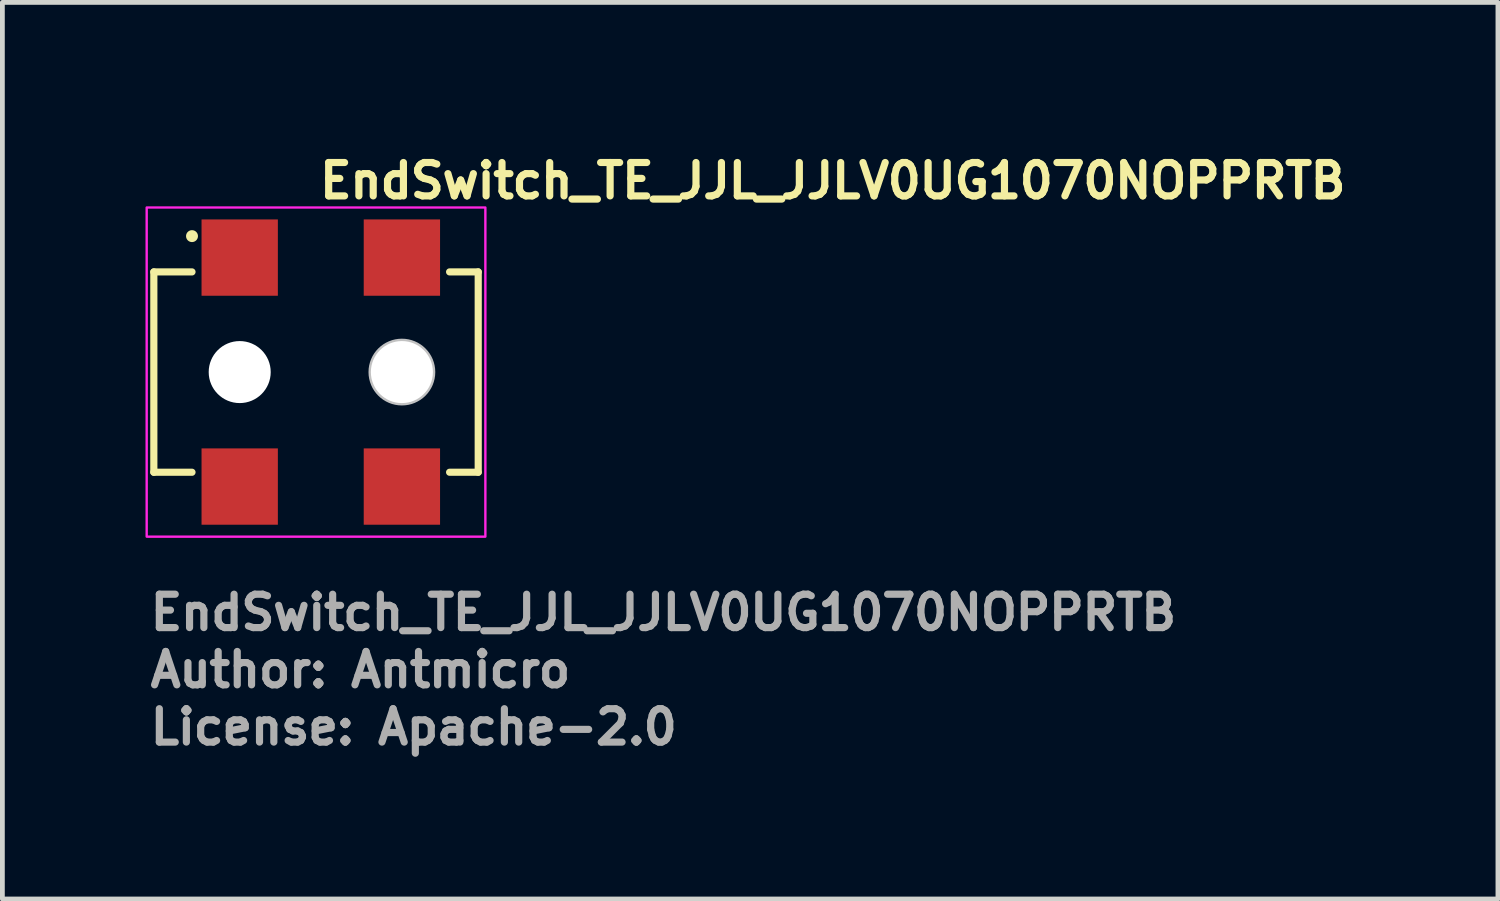
<source format=kicad_pcb>
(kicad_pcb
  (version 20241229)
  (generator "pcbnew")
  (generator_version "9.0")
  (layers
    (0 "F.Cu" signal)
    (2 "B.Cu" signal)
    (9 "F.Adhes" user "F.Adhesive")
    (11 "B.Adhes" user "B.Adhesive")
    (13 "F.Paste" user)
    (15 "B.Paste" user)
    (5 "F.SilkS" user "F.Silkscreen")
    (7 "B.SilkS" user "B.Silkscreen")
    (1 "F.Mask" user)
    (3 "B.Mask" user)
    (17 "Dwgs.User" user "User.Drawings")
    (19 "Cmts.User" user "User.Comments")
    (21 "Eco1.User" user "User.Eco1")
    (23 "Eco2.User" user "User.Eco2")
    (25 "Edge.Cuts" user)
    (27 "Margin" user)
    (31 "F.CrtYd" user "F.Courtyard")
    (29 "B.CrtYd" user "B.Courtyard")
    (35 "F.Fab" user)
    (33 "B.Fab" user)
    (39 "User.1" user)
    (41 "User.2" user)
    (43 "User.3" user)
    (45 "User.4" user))
  (footprint "EndSwitch_TE_JJL_JJLV0UG1070NOPPRTB"
    (layer "F.Cu")
    (at 3.575 4.75)
    (property "Reference" "EndSwitch_TE_JJL_JJLV0UG1070NOPPRTB" (at 0 -3.6 0) (layer "F.SilkS") (effects (font (size 0.7 0.7) (thickness 0.15)) (justify left bottom)))
    (attr smd)
    (fp_line (start -3.4 -2.1) (end -3.4 2.1) (stroke (width 0.15) (type solid)) (layer "F.SilkS"))
    (fp_line (start -3.4 2.1) (end -2.6 2.1) (stroke (width 0.15) (type solid)) (layer "F.SilkS"))
    (fp_line (start -2.6 -2.1) (end -3.4 -2.1) (stroke (width 0.15) (type solid)) (layer "F.SilkS"))
    (fp_line (start 2.8 2.1) (end 3.4 2.1) (stroke (width 0.15) (type solid)) (layer "F.SilkS"))
    (fp_line (start 3.4 -2.1) (end 2.8 -2.1) (stroke (width 0.15) (type solid)) (layer "F.SilkS"))
    (fp_line (start 3.4 2.1) (end 3.4 -2.1) (stroke (width 0.15) (type solid)) (layer "F.SilkS"))
    (fp_circle (center -2.6 -2.85) (end -2.55 -2.85) (stroke (width 0.15) (type solid)) (fill yes) (layer "F.SilkS"))
    (fp_circle (center 1.8 0) (end 2.4 0) (stroke (width 0.2) (type solid)) (fill no) (layer "Dwgs.User"))
    (fp_rect (start -3.55 -3.45) (end 3.55 3.45) (stroke (width 0.05) (type solid)) (fill no) (layer "F.CrtYd"))
    (fp_rect (start 3.3 2.58) (end -3.3 -2.58) (stroke (width 0.1) (type solid)) (fill no) (layer "User.5"))
    (fp_line (start -3.3 1.95) (end -3.3 -1.95) (stroke (width 0.02) (type solid)) (layer "User.9"))
    (fp_line (start -1.95 -2.58) (end -1.25 -2.58) (stroke (width 0.02) (type solid)) (layer "User.9"))
    (fp_line (start -1.95 -1.95) (end -1.95 -2.58) (stroke (width 0.02) (type solid)) (layer "User.9"))
    (fp_line (start -1.95 2.58) (end -1.95 1.95) (stroke (width 0.02) (type solid)) (layer "User.9"))
    (fp_line (start -1.95 2.58) (end -1.25 2.58) (stroke (width 0.02) (type solid)) (layer "User.9"))
    (fp_line (start -1.25 -1.95) (end -1.25 -2.58) (stroke (width 0.02) (type solid)) (layer "User.9"))
    (fp_line (start -1.25 2.58) (end -1.25 1.95) (stroke (width 0.02) (type solid)) (layer "User.9"))
    (fp_line (start -0.55 -1.95) (end -3.3 -1.95) (stroke (width 0.02) (type solid)) (layer "User.9"))
    (fp_line (start -0.55 -1.95) (end -0.55 -1.55) (stroke (width 0.02) (type solid)) (layer "User.9"))
    (fp_line (start -0.55 -1.55) (end -0.55 -1.95) (stroke (width 0.02) (type solid)) (layer "User.9"))
    (fp_line (start -0.55 1.55) (end -0.55 1.95) (stroke (width 0.02) (type solid)) (layer "User.9"))
    (fp_line (start -0.55 1.95) (end -3.3 1.95) (stroke (width 0.02) (type solid)) (layer "User.9"))
    (fp_line (start -0.55 1.95) (end -0.55 1.55) (stroke (width 0.02) (type solid)) (layer "User.9"))
    (fp_line (start -0.48 -1.8) (end -0.48 -1.55) (stroke (width 0.02) (type solid)) (layer "User.9"))
    (fp_line (start -0.48 1.8) (end -0.48 1.55) (stroke (width 0.02) (type solid)) (layer "User.9"))
    (fp_line (start 0.48 -1.8) (end -0.48 -1.8) (stroke (width 0.02) (type solid)) (layer "User.9"))
    (fp_line (start 0.48 -1.8) (end 0.48 -1.55) (stroke (width 0.02) (type solid)) (layer "User.9"))
    (fp_line (start 0.48 1.8) (end -0.48 1.8) (stroke (width 0.02) (type solid)) (layer "User.9"))
    (fp_line (start 0.48 1.8) (end 0.48 1.55) (stroke (width 0.02) (type solid)) (layer "User.9"))
    (fp_line (start 0.55 -1.95) (end -0.55 -1.95) (stroke (width 0.02) (type solid)) (layer "User.9"))
    (fp_line (start 0.55 -1.95) (end 0.55 -1.55) (stroke (width 0.02) (type solid)) (layer "User.9"))
    (fp_line (start 0.55 -1.55) (end -0.55 -1.55) (stroke (width 0.02) (type solid)) (layer "User.9"))
    (fp_line (start 0.55 -1.55) (end 0.55 -1.95) (stroke (width 0.02) (type solid)) (layer "User.9"))
    (fp_line (start 0.55 1.55) (end -0.55 1.55) (stroke (width 0.02) (type solid)) (layer "User.9"))
    (fp_line (start 0.55 1.55) (end 0.55 1.95) (stroke (width 0.02) (type solid)) (layer "User.9"))
    (fp_line (start 0.55 1.95) (end -0.55 1.95) (stroke (width 0.02) (type solid)) (layer "User.9"))
    (fp_line (start 0.55 1.95) (end 0.55 1.55) (stroke (width 0.02) (type solid)) (layer "User.9"))
    (fp_line (start 0.7 -0.022) (end 0.702 -0.074) (stroke (width 0.02) (type solid)) (layer "User.9"))
    (fp_line (start 0.7 0.029) (end 0.7 -0.022) (stroke (width 0.02) (type solid)) (layer "User.9"))
    (fp_line (start 0.701 -0.041) (end 0.7 0.012) (stroke (width 0.02) (type solid)) (layer "User.9"))
    (fp_line (start 0.702 -0.074) (end 0.707 -0.126) (stroke (width 0.02) (type solid)) (layer "User.9"))
    (fp_line (start 0.703 0.08) (end 0.7 0.029) (stroke (width 0.02) (type solid)) (layer "User.9"))
    (fp_line (start 0.704 -0.095) (end 0.701 -0.041) (stroke (width 0.02) (type solid)) (layer "User.9"))
    (fp_line (start 0.707 -0.126) (end 0.707 -0.126) (stroke (width 0.02) (type solid)) (layer "User.9"))
    (fp_line (start 0.707 -0.126) (end 0.714 -0.177) (stroke (width 0.02) (type solid)) (layer "User.9"))
    (fp_line (start 0.708 0.13) (end 0.703 0.08) (stroke (width 0.02) (type solid)) (layer "User.9"))
    (fp_line (start 0.71 -0.147) (end 0.704 -0.095) (stroke (width 0.02) (type solid)) (layer "User.9"))
    (fp_line (start 0.714 -0.177) (end 0.724 -0.228) (stroke (width 0.02) (type solid)) (layer "User.9"))
    (fp_line (start 0.715 0.18) (end 0.708 0.13) (stroke (width 0.02) (type solid)) (layer "User.9"))
    (fp_line (start 0.718 -0.199) (end 0.71 -0.147) (stroke (width 0.02) (type solid)) (layer "User.9"))
    (fp_line (start 0.724 -0.228) (end 0.736 -0.278) (stroke (width 0.02) (type solid)) (layer "User.9"))
    (fp_line (start 0.724 0.229) (end 0.715 0.18) (stroke (width 0.02) (type solid)) (layer "User.9"))
    (fp_line (start 0.729 -0.25) (end 0.718 -0.199) (stroke (width 0.02) (type solid)) (layer "User.9"))
    (fp_line (start 0.735 0.278) (end 0.724 0.229) (stroke (width 0.02) (type solid)) (layer "User.9"))
    (fp_line (start 0.736 -0.278) (end 0.75 -0.327) (stroke (width 0.02) (type solid)) (layer "User.9"))
    (fp_line (start 0.741 -0.3) (end 0.729 -0.25) (stroke (width 0.02) (type solid)) (layer "User.9"))
    (fp_line (start 0.749 0.325) (end 0.735 0.278) (stroke (width 0.02) (type solid)) (layer "User.9"))
    (fp_line (start 0.75 -0.327) (end 0.766 -0.375) (stroke (width 0.02) (type solid)) (layer "User.9"))
    (fp_line (start 0.757 -0.349) (end 0.741 -0.3) (stroke (width 0.02) (type solid)) (layer "User.9"))
    (fp_line (start 0.765 0.372) (end 0.749 0.325) (stroke (width 0.02) (type solid)) (layer "User.9"))
    (fp_line (start 0.766 -0.375) (end 0.784 -0.422) (stroke (width 0.02) (type solid)) (layer "User.9"))
    (fp_line (start 0.774 -0.397) (end 0.757 -0.349) (stroke (width 0.02) (type solid)) (layer "User.9"))
    (fp_line (start 0.783 0.418) (end 0.765 0.372) (stroke (width 0.02) (type solid)) (layer "User.9"))
    (fp_line (start 0.784 -0.422) (end 0.804 -0.468) (stroke (width 0.02) (type solid)) (layer "User.9"))
    (fp_line (start 0.794 -0.444) (end 0.774 -0.397) (stroke (width 0.02) (type solid)) (layer "User.9"))
    (fp_line (start 0.802 0.463) (end 0.783 0.418) (stroke (width 0.02) (type solid)) (layer "User.9"))
    (fp_line (start 0.804 -0.468) (end 0.826 -0.512) (stroke (width 0.02) (type solid)) (layer "User.9"))
    (fp_line (start 0.815 -0.49) (end 0.794 -0.444) (stroke (width 0.02) (type solid)) (layer "User.9"))
    (fp_line (start 0.824 0.508) (end 0.802 0.463) (stroke (width 0.02) (type solid)) (layer "User.9"))
    (fp_line (start 0.826 -0.512) (end 0.85 -0.556) (stroke (width 0.02) (type solid)) (layer "User.9"))
    (fp_line (start 0.839 -0.535) (end 0.815 -0.49) (stroke (width 0.02) (type solid)) (layer "User.9"))
    (fp_line (start 0.848 0.551) (end 0.824 0.508) (stroke (width 0.02) (type solid)) (layer "User.9"))
    (fp_line (start 0.85 -0.556) (end 0.876 -0.598) (stroke (width 0.02) (type solid)) (layer "User.9"))
    (fp_line (start 0.865 -0.579) (end 0.839 -0.535) (stroke (width 0.02) (type solid)) (layer "User.9"))
    (fp_line (start 0.873 0.593) (end 0.848 0.551) (stroke (width 0.02) (type solid)) (layer "User.9"))
    (fp_line (start 0.876 -0.598) (end 0.904 -0.639) (stroke (width 0.02) (type solid)) (layer "User.9"))
    (fp_line (start 0.892 -0.621) (end 0.865 -0.579) (stroke (width 0.02) (type solid)) (layer "User.9"))
    (fp_line (start 0.9 -0.002) (end 0.901 0.039) (stroke (width 0.02) (type solid)) (layer "User.9"))
    (fp_line (start 0.901 -0.043) (end 0.9 -0.002) (stroke (width 0.02) (type solid)) (layer "User.9"))
    (fp_line (start 0.901 0.039) (end 0.903 0.079) (stroke (width 0.02) (type solid)) (layer "User.9"))
    (fp_line (start 0.901 0.633) (end 0.873 0.593) (stroke (width 0.02) (type solid)) (layer "User.9"))
    (fp_line (start 0.903 0.079) (end 0.908 0.119) (stroke (width 0.02) (type solid)) (layer "User.9"))
    (fp_line (start 0.904 -0.639) (end 0.934 -0.678) (stroke (width 0.02) (type solid)) (layer "User.9"))
    (fp_line (start 0.904 -0.085) (end 0.901 -0.043) (stroke (width 0.02) (type solid)) (layer "User.9"))
    (fp_line (start 0.908 0.119) (end 0.914 0.159) (stroke (width 0.02) (type solid)) (layer "User.9"))
    (fp_line (start 0.909 -0.126) (end 0.904 -0.085) (stroke (width 0.02) (type solid)) (layer "User.9"))
    (fp_line (start 0.909 -0.126) (end 0.909 -0.126) (stroke (width 0.02) (type solid)) (layer "User.9"))
    (fp_line (start 0.914 0.159) (end 0.922 0.198) (stroke (width 0.02) (type solid)) (layer "User.9"))
    (fp_line (start 0.916 -0.168) (end 0.909 -0.126) (stroke (width 0.02) (type solid)) (layer "User.9"))
    (fp_line (start 0.922 -0.662) (end 0.892 -0.621) (stroke (width 0.02) (type solid)) (layer "User.9"))
    (fp_line (start 0.922 0.198) (end 0.932 0.237) (stroke (width 0.02) (type solid)) (layer "User.9"))
    (fp_line (start 0.924 -0.208) (end 0.916 -0.168) (stroke (width 0.02) (type solid)) (layer "User.9"))
    (fp_line (start 0.93 0.673) (end 0.901 0.633) (stroke (width 0.02) (type solid)) (layer "User.9"))
    (fp_line (start 0.932 0.237) (end 0.943 0.275) (stroke (width 0.02) (type solid)) (layer "User.9"))
    (fp_line (start 0.934 -0.678) (end 0.965 -0.716) (stroke (width 0.02) (type solid)) (layer "User.9"))
    (fp_line (start 0.935 -0.248) (end 0.924 -0.208) (stroke (width 0.02) (type solid)) (layer "User.9"))
    (fp_line (start 0.943 0.275) (end 0.956 0.313) (stroke (width 0.02) (type solid)) (layer "User.9"))
    (fp_line (start 0.947 -0.287) (end 0.935 -0.248) (stroke (width 0.02) (type solid)) (layer "User.9"))
    (fp_line (start 0.953 -0.702) (end 0.922 -0.662) (stroke (width 0.02) (type solid)) (layer "User.9"))
    (fp_line (start 0.956 0.313) (end 0.971 0.349) (stroke (width 0.02) (type solid)) (layer "User.9"))
    (fp_line (start 0.961 -0.325) (end 0.947 -0.287) (stroke (width 0.02) (type solid)) (layer "User.9"))
    (fp_line (start 0.961 0.711) (end 0.93 0.673) (stroke (width 0.02) (type solid)) (layer "User.9"))
    (fp_line (start 0.965 -0.716) (end 0.998 -0.753) (stroke (width 0.02) (type solid)) (layer "User.9"))
    (fp_line (start 0.971 0.349) (end 1.004 0.421) (stroke (width 0.02) (type solid)) (layer "User.9"))
    (fp_line (start 0.976 -0.362) (end 0.961 -0.325) (stroke (width 0.02) (type solid)) (layer "User.9"))
    (fp_line (start 0.986 -0.74) (end 0.953 -0.702) (stroke (width 0.02) (type solid)) (layer "User.9"))
    (fp_line (start 0.993 -0.399) (end 0.976 -0.362) (stroke (width 0.02) (type solid)) (layer "User.9"))
    (fp_line (start 0.993 0.748) (end 0.961 0.711) (stroke (width 0.02) (type solid)) (layer "User.9"))
    (fp_line (start 0.998 -0.753) (end 1.032 -0.788) (stroke (width 0.02) (type solid)) (layer "User.9"))
    (fp_line (start 1.004 0.421) (end 1.044 0.489) (stroke (width 0.02) (type solid)) (layer "User.9"))
    (fp_line (start 1.012 -0.434) (end 0.993 -0.399) (stroke (width 0.02) (type solid)) (layer "User.9"))
    (fp_line (start 1.021 -0.776) (end 0.986 -0.74) (stroke (width 0.02) (type solid)) (layer "User.9"))
    (fp_line (start 1.027 0.783) (end 0.993 0.748) (stroke (width 0.02) (type solid)) (layer "User.9"))
    (fp_line (start 1.032 -0.788) (end 1.068 -0.821) (stroke (width 0.02) (type solid)) (layer "User.9"))
    (fp_line (start 1.032 -0.469) (end 1.012 -0.434) (stroke (width 0.02) (type solid)) (layer "User.9"))
    (fp_line (start 1.044 0.489) (end 1.09 0.553) (stroke (width 0.02) (type solid)) (layer "User.9"))
    (fp_line (start 1.053 -0.502) (end 1.032 -0.469) (stroke (width 0.02) (type solid)) (layer "User.9"))
    (fp_line (start 1.057 -0.811) (end 1.021 -0.776) (stroke (width 0.02) (type solid)) (layer "User.9"))
    (fp_line (start 1.063 0.817) (end 1.027 0.783) (stroke (width 0.02) (type solid)) (layer "User.9"))
    (fp_line (start 1.068 -0.821) (end 1.105 -0.853) (stroke (width 0.02) (type solid)) (layer "User.9"))
    (fp_line (start 1.076 -0.535) (end 1.053 -0.502) (stroke (width 0.02) (type solid)) (layer "User.9"))
    (fp_line (start 1.09 0.553) (end 1.141 0.613) (stroke (width 0.02) (type solid)) (layer "User.9"))
    (fp_line (start 1.095 -0.845) (end 1.057 -0.811) (stroke (width 0.02) (type solid)) (layer "User.9"))
    (fp_line (start 1.1 -0.566) (end 1.076 -0.535) (stroke (width 0.02) (type solid)) (layer "User.9"))
    (fp_line (start 1.101 0.849) (end 1.063 0.817) (stroke (width 0.02) (type solid)) (layer "User.9"))
    (fp_line (start 1.105 -0.853) (end 1.144 -0.883) (stroke (width 0.02) (type solid)) (layer "User.9"))
    (fp_line (start 1.126 -0.596) (end 1.1 -0.566) (stroke (width 0.02) (type solid)) (layer "User.9"))
    (fp_line (start 1.135 -0.876) (end 1.095 -0.845) (stroke (width 0.02) (type solid)) (layer "User.9"))
    (fp_line (start 1.139 0.88) (end 1.101 0.849) (stroke (width 0.02) (type solid)) (layer "User.9"))
    (fp_line (start 1.141 0.613) (end 1.169 0.642) (stroke (width 0.02) (type solid)) (layer "User.9"))
    (fp_line (start 1.144 -0.883) (end 1.184 -0.912) (stroke (width 0.02) (type solid)) (layer "User.9"))
    (fp_line (start 1.153 -0.625) (end 1.126 -0.596) (stroke (width 0.02) (type solid)) (layer "User.9"))
    (fp_line (start 1.169 0.642) (end 1.198 0.669) (stroke (width 0.02) (type solid)) (layer "User.9"))
    (fp_line (start 1.176 -0.906) (end 1.135 -0.876) (stroke (width 0.02) (type solid)) (layer "User.9"))
    (fp_line (start 1.18 0.909) (end 1.139 0.88) (stroke (width 0.02) (type solid)) (layer "User.9"))
    (fp_line (start 1.181 -0.653) (end 1.153 -0.625) (stroke (width 0.02) (type solid)) (layer "User.9"))
    (fp_line (start 1.184 -0.912) (end 1.226 -0.938) (stroke (width 0.02) (type solid)) (layer "User.9"))
    (fp_line (start 1.198 0.669) (end 1.228 0.695) (stroke (width 0.02) (type solid)) (layer "User.9"))
    (fp_line (start 1.21 -0.68) (end 1.181 -0.653) (stroke (width 0.02) (type solid)) (layer "User.9"))
    (fp_line (start 1.218 -0.934) (end 1.176 -0.906) (stroke (width 0.02) (type solid)) (layer "User.9"))
    (fp_line (start 1.218 -0.017) (end 1.22 -0.057) (stroke (width 0.02) (type solid)) (layer "User.9"))
    (fp_line (start 1.218 -0.017) (end 1.22 0.023) (stroke (width 0.02) (type solid)) (layer "User.9"))
    (fp_line (start 1.22 -0.057) (end 1.223 -0.097) (stroke (width 0.02) (type solid)) (layer "User.9"))
    (fp_line (start 1.22 0.023) (end 1.223 0.062) (stroke (width 0.02) (type solid)) (layer "User.9"))
    (fp_line (start 1.222 0.936) (end 1.18 0.909) (stroke (width 0.02) (type solid)) (layer "User.9"))
    (fp_line (start 1.223 -0.097) (end 1.23 -0.136) (stroke (width 0.02) (type solid)) (layer "User.9"))
    (fp_line (start 1.223 0.062) (end 1.23 0.101) (stroke (width 0.02) (type solid)) (layer "User.9"))
    (fp_line (start 1.226 -0.938) (end 1.268 -0.963) (stroke (width 0.02) (type solid)) (layer "User.9"))
    (fp_line (start 1.228 0.695) (end 1.259 0.72) (stroke (width 0.02) (type solid)) (layer "User.9"))
    (fp_line (start 1.23 -0.136) (end 1.239 -0.174) (stroke (width 0.02) (type solid)) (layer "User.9"))
    (fp_line (start 1.23 0.101) (end 1.239 0.139) (stroke (width 0.02) (type solid)) (layer "User.9"))
    (fp_line (start 1.239 -0.174) (end 1.25 -0.211) (stroke (width 0.02) (type solid)) (layer "User.9"))
    (fp_line (start 1.239 0.139) (end 1.25 0.177) (stroke (width 0.02) (type solid)) (layer "User.9"))
    (fp_line (start 1.24 -0.705) (end 1.21 -0.68) (stroke (width 0.02) (type solid)) (layer "User.9"))
    (fp_line (start 1.25 -0.211) (end 1.264 -0.247) (stroke (width 0.02) (type solid)) (layer "User.9"))
    (fp_line (start 1.25 0.177) (end 1.264 0.213) (stroke (width 0.02) (type solid)) (layer "User.9"))
    (fp_line (start 1.259 0.72) (end 1.292 0.743) (stroke (width 0.02) (type solid)) (layer "User.9"))
    (fp_line (start 1.262 -0.96) (end 1.218 -0.934) (stroke (width 0.02) (type solid)) (layer "User.9"))
    (fp_line (start 1.264 -0.247) (end 1.28 -0.283) (stroke (width 0.02) (type solid)) (layer "User.9"))
    (fp_line (start 1.264 0.213) (end 1.28 0.249) (stroke (width 0.02) (type solid)) (layer "User.9"))
    (fp_line (start 1.265 0.961) (end 1.222 0.936) (stroke (width 0.02) (type solid)) (layer "User.9"))
    (fp_line (start 1.268 -0.963) (end 1.312 -0.986) (stroke (width 0.02) (type solid)) (layer "User.9"))
    (fp_line (start 1.272 -0.729) (end 1.24 -0.705) (stroke (width 0.02) (type solid)) (layer "User.9"))
    (fp_line (start 1.28 -0.283) (end 1.299 -0.317) (stroke (width 0.02) (type solid)) (layer "User.9"))
    (fp_line (start 1.28 0.249) (end 1.299 0.283) (stroke (width 0.02) (type solid)) (layer "User.9"))
    (fp_line (start 1.292 0.743) (end 1.326 0.765) (stroke (width 0.02) (type solid)) (layer "User.9"))
    (fp_line (start 1.299 -0.317) (end 1.319 -0.35) (stroke (width 0.02) (type solid)) (layer "User.9"))
    (fp_line (start 1.299 0.283) (end 1.319 0.316) (stroke (width 0.02) (type solid)) (layer "User.9"))
    (fp_line (start 1.3 -2.58) (end 2 -2.58) (stroke (width 0.02) (type solid)) (layer "User.9"))
    (fp_line (start 1.3 -1.95) (end 1.3 -2.58) (stroke (width 0.02) (type solid)) (layer "User.9"))
    (fp_line (start 1.3 2.58) (end 1.3 1.95) (stroke (width 0.02) (type solid)) (layer "User.9"))
    (fp_line (start 1.3 2.58) (end 2 2.58) (stroke (width 0.02) (type solid)) (layer "User.9"))
    (fp_line (start 1.304 -0.751) (end 1.272 -0.729) (stroke (width 0.02) (type solid)) (layer "User.9"))
    (fp_line (start 1.307 -0.984) (end 1.262 -0.96) (stroke (width 0.02) (type solid)) (layer "User.9"))
    (fp_line (start 1.309 0.985) (end 1.265 0.961) (stroke (width 0.02) (type solid)) (layer "User.9"))
    (fp_line (start 1.312 -0.986) (end 1.357 -1.007) (stroke (width 0.02) (type solid)) (layer "User.9"))
    (fp_line (start 1.319 -0.35) (end 1.342 -0.382) (stroke (width 0.02) (type solid)) (layer "User.9"))
    (fp_line (start 1.319 0.316) (end 1.342 0.347) (stroke (width 0.02) (type solid)) (layer "User.9"))
    (fp_line (start 1.326 0.765) (end 1.36 0.785) (stroke (width 0.02) (type solid)) (layer "User.9"))
    (fp_line (start 1.338 -0.772) (end 1.304 -0.751) (stroke (width 0.02) (type solid)) (layer "User.9"))
    (fp_line (start 1.342 -0.382) (end 1.366 -0.412) (stroke (width 0.02) (type solid)) (layer "User.9"))
    (fp_line (start 1.342 0.347) (end 1.366 0.378) (stroke (width 0.02) (type solid)) (layer "User.9"))
    (fp_line (start 1.353 -1.005) (end 1.307 -0.984) (stroke (width 0.02) (type solid)) (layer "User.9"))
    (fp_line (start 1.355 1.006) (end 1.309 0.985) (stroke (width 0.02) (type solid)) (layer "User.9"))
    (fp_line (start 1.357 -1.007) (end 1.402 -1.026) (stroke (width 0.02) (type solid)) (layer "User.9"))
    (fp_line (start 1.36 0.785) (end 1.396 0.804) (stroke (width 0.02) (type solid)) (layer "User.9"))
    (fp_line (start 1.366 -0.412) (end 1.393 -0.44) (stroke (width 0.02) (type solid)) (layer "User.9"))
    (fp_line (start 1.366 0.378) (end 1.393 0.406) (stroke (width 0.02) (type solid)) (layer "User.9"))
    (fp_line (start 1.372 -0.792) (end 1.338 -0.772) (stroke (width 0.02) (type solid)) (layer "User.9"))
    (fp_line (start 1.393 -0.44) (end 1.422 -0.467) (stroke (width 0.02) (type solid)) (layer "User.9"))
    (fp_line (start 1.393 0.406) (end 1.422 0.433) (stroke (width 0.02) (type solid)) (layer "User.9"))
    (fp_line (start 1.396 0.804) (end 1.433 0.822) (stroke (width 0.02) (type solid)) (layer "User.9"))
    (fp_line (start 1.401 -1.025) (end 1.353 -1.005) (stroke (width 0.02) (type solid)) (layer "User.9"))
    (fp_line (start 1.402 -1.026) (end 1.449 -1.043) (stroke (width 0.02) (type solid)) (layer "User.9"))
    (fp_line (start 1.402 1.026) (end 1.355 1.006) (stroke (width 0.02) (type solid)) (layer "User.9"))
    (fp_line (start 1.407 -0.81) (end 1.372 -0.792) (stroke (width 0.02) (type solid)) (layer "User.9"))
    (fp_line (start 1.415 -0.017) (end 1.416 -0.044) (stroke (width 0.02) (type solid)) (layer "User.9"))
    (fp_line (start 1.415 -0.017) (end 1.416 0.01) (stroke (width 0.02) (type solid)) (layer "User.9"))
    (fp_line (start 1.416 -0.044) (end 1.419 -0.071) (stroke (width 0.02) (type solid)) (layer "User.9"))
    (fp_line (start 1.416 0.01) (end 1.419 0.036) (stroke (width 0.02) (type solid)) (layer "User.9"))
    (fp_line (start 1.419 -0.071) (end 1.423 -0.097) (stroke (width 0.02) (type solid)) (layer "User.9"))
    (fp_line (start 1.419 0.036) (end 1.423 0.062) (stroke (width 0.02) (type solid)) (layer "User.9"))
    (fp_line (start 1.422 -0.467) (end 1.452 -0.492) (stroke (width 0.02) (type solid)) (layer "User.9"))
    (fp_line (start 1.422 0.433) (end 1.452 0.458) (stroke (width 0.02) (type solid)) (layer "User.9"))
    (fp_line (start 1.423 -0.097) (end 1.429 -0.122) (stroke (width 0.02) (type solid)) (layer "User.9"))
    (fp_line (start 1.423 0.062) (end 1.429 0.088) (stroke (width 0.02) (type solid)) (layer "User.9"))
    (fp_line (start 1.429 -0.122) (end 1.437 -0.147) (stroke (width 0.02) (type solid)) (layer "User.9"))
    (fp_line (start 1.429 0.088) (end 1.437 0.113) (stroke (width 0.02) (type solid)) (layer "User.9"))
    (fp_line (start 1.433 0.822) (end 1.471 0.838) (stroke (width 0.02) (type solid)) (layer "User.9"))
    (fp_line (start 1.437 -0.147) (end 1.446 -0.172) (stroke (width 0.02) (type solid)) (layer "User.9"))
    (fp_line (start 1.437 0.113) (end 1.446 0.138) (stroke (width 0.02) (type solid)) (layer "User.9"))
    (fp_line (start 1.444 -0.827) (end 1.407 -0.81) (stroke (width 0.02) (type solid)) (layer "User.9"))
    (fp_line (start 1.446 -0.172) (end 1.457 -0.196) (stroke (width 0.02) (type solid)) (layer "User.9"))
    (fp_line (start 1.446 0.138) (end 1.457 0.161) (stroke (width 0.02) (type solid)) (layer "User.9"))
    (fp_line (start 1.449 -1.043) (end 1.497 -1.058) (stroke (width 0.02) (type solid)) (layer "User.9"))
    (fp_line (start 1.45 -1.043) (end 1.401 -1.025) (stroke (width 0.02) (type solid)) (layer "User.9"))
    (fp_line (start 1.45 1.043) (end 1.402 1.026) (stroke (width 0.02) (type solid)) (layer "User.9"))
    (fp_line (start 1.452 -0.492) (end 1.484 -0.516) (stroke (width 0.02) (type solid)) (layer "User.9"))
    (fp_line (start 1.452 0.458) (end 1.484 0.481) (stroke (width 0.02) (type solid)) (layer "User.9"))
    (fp_line (start 1.457 -0.196) (end 1.469 -0.219) (stroke (width 0.02) (type solid)) (layer "User.9"))
    (fp_line (start 1.457 0.161) (end 1.469 0.184) (stroke (width 0.02) (type solid)) (layer "User.9"))
    (fp_line (start 1.469 -0.219) (end 1.483 -0.241) (stroke (width 0.02) (type solid)) (layer "User.9"))
    (fp_line (start 1.469 0.184) (end 1.483 0.207) (stroke (width 0.02) (type solid)) (layer "User.9"))
    (fp_line (start 1.471 0.838) (end 1.51 0.852) (stroke (width 0.02) (type solid)) (layer "User.9"))
    (fp_line (start 1.48 -0.842) (end 1.444 -0.827) (stroke (width 0.02) (type solid)) (layer "User.9"))
    (fp_line (start 1.483 -0.241) (end 1.498 -0.262) (stroke (width 0.02) (type solid)) (layer "User.9"))
    (fp_line (start 1.483 0.207) (end 1.498 0.228) (stroke (width 0.02) (type solid)) (layer "User.9"))
    (fp_line (start 1.484 -0.516) (end 1.518 -0.537) (stroke (width 0.02) (type solid)) (layer "User.9"))
    (fp_line (start 1.484 0.481) (end 1.518 0.502) (stroke (width 0.02) (type solid)) (layer "User.9"))
    (fp_line (start 1.497 -1.058) (end 1.546 -1.07) (stroke (width 0.02) (type solid)) (layer "User.9"))
    (fp_line (start 1.498 -0.262) (end 1.515 -0.282) (stroke (width 0.02) (type solid)) (layer "User.9"))
    (fp_line (start 1.498 0.228) (end 1.515 0.248) (stroke (width 0.02) (type solid)) (layer "User.9"))
    (fp_line (start 1.499 -1.058) (end 1.45 -1.043) (stroke (width 0.02) (type solid)) (layer "User.9"))
    (fp_line (start 1.5 1.058) (end 1.45 1.043) (stroke (width 0.02) (type solid)) (layer "User.9"))
    (fp_line (start 1.51 0.852) (end 1.55 0.865) (stroke (width 0.02) (type solid)) (layer "User.9"))
    (fp_line (start 1.515 -0.282) (end 1.533 -0.302) (stroke (width 0.02) (type solid)) (layer "User.9"))
    (fp_line (start 1.515 0.248) (end 1.533 0.267) (stroke (width 0.02) (type solid)) (layer "User.9"))
    (fp_line (start 1.518 -0.855) (end 1.48 -0.842) (stroke (width 0.02) (type solid)) (layer "User.9"))
    (fp_line (start 1.518 -0.537) (end 1.518 -0.537) (stroke (width 0.02) (type solid)) (layer "User.9"))
    (fp_line (start 1.518 -0.537) (end 1.553 -0.556) (stroke (width 0.02) (type solid)) (layer "User.9"))
    (fp_line (start 1.518 0.502) (end 1.518 0.502) (stroke (width 0.02) (type solid)) (layer "User.9"))
    (fp_line (start 1.518 0.502) (end 1.553 0.521) (stroke (width 0.02) (type solid)) (layer "User.9"))
    (fp_line (start 1.533 -0.302) (end 1.552 -0.32) (stroke (width 0.02) (type solid)) (layer "User.9"))
    (fp_line (start 1.533 0.267) (end 1.552 0.285) (stroke (width 0.02) (type solid)) (layer "User.9"))
    (fp_line (start 1.546 -1.07) (end 1.595 -1.081) (stroke (width 0.02) (type solid)) (layer "User.9"))
    (fp_line (start 1.55 -1.071) (end 1.499 -1.058) (stroke (width 0.02) (type solid)) (layer "User.9"))
    (fp_line (start 1.55 0.865) (end 1.55 1.071) (stroke (width 0.02) (type solid)) (layer "User.9"))
    (fp_line (start 1.55 0.865) (end 1.55 1.7) (stroke (width 0.02) (type solid)) (layer "User.9"))
    (fp_line (start 1.55 1.071) (end 1.5 1.058) (stroke (width 0.02) (type solid)) (layer "User.9"))
    (fp_line (start 1.55 1.071) (end 1.55 1.7) (stroke (width 0.02) (type solid)) (layer "User.9"))
    (fp_line (start 1.55 1.7) (end 2.05 1.7) (stroke (width 0.02) (type solid)) (layer "User.9"))
    (fp_line (start 1.552 -0.32) (end 1.572 -0.336) (stroke (width 0.02) (type solid)) (layer "User.9"))
    (fp_line (start 1.552 0.285) (end 1.572 0.302) (stroke (width 0.02) (type solid)) (layer "User.9"))
    (fp_line (start 1.553 -0.556) (end 1.59 -0.572) (stroke (width 0.02) (type solid)) (layer "User.9"))
    (fp_line (start 1.553 0.521) (end 1.59 0.538) (stroke (width 0.02) (type solid)) (layer "User.9"))
    (fp_line (start 1.557 -0.867) (end 1.518 -0.855) (stroke (width 0.02) (type solid)) (layer "User.9"))
    (fp_line (start 1.572 -0.336) (end 1.594 -0.352) (stroke (width 0.02) (type solid)) (layer "User.9"))
    (fp_line (start 1.572 0.302) (end 1.594 0.318) (stroke (width 0.02) (type solid)) (layer "User.9"))
    (fp_line (start 1.59 -0.572) (end 1.627 -0.586) (stroke (width 0.02) (type solid)) (layer "User.9"))
    (fp_line (start 1.59 0.538) (end 1.627 0.551) (stroke (width 0.02) (type solid)) (layer "User.9"))
    (fp_line (start 1.594 -0.352) (end 1.617 -0.366) (stroke (width 0.02) (type solid)) (layer "User.9"))
    (fp_line (start 1.594 0.318) (end 1.617 0.332) (stroke (width 0.02) (type solid)) (layer "User.9"))
    (fp_line (start 1.595 -1.081) (end 1.645 -1.089) (stroke (width 0.02) (type solid)) (layer "User.9"))
    (fp_line (start 1.596 -0.877) (end 1.557 -0.867) (stroke (width 0.02) (type solid)) (layer "User.9"))
    (fp_line (start 1.602 -1.082) (end 1.55 -1.071) (stroke (width 0.02) (type solid)) (layer "User.9"))
    (fp_line (start 1.617 -0.366) (end 1.617 -0.366) (stroke (width 0.02) (type solid)) (layer "User.9"))
    (fp_line (start 1.617 -0.366) (end 1.64 -0.379) (stroke (width 0.02) (type solid)) (layer "User.9"))
    (fp_line (start 1.617 0.332) (end 1.617 0.332) (stroke (width 0.02) (type solid)) (layer "User.9"))
    (fp_line (start 1.617 0.332) (end 1.64 0.345) (stroke (width 0.02) (type solid)) (layer "User.9"))
    (fp_line (start 1.627 -0.586) (end 1.664 -0.597) (stroke (width 0.02) (type solid)) (layer "User.9"))
    (fp_line (start 1.627 0.551) (end 1.664 0.563) (stroke (width 0.02) (type solid)) (layer "User.9"))
    (fp_line (start 1.636 -0.885) (end 1.596 -0.877) (stroke (width 0.02) (type solid)) (layer "User.9"))
    (fp_line (start 1.64 -0.379) (end 1.665 -0.39) (stroke (width 0.02) (type solid)) (layer "User.9"))
    (fp_line (start 1.64 0.345) (end 1.665 0.356) (stroke (width 0.02) (type solid)) (layer "User.9"))
    (fp_line (start 1.645 -1.089) (end 1.696 -1.095) (stroke (width 0.02) (type solid)) (layer "User.9"))
    (fp_line (start 1.654 -1.09) (end 1.602 -1.082) (stroke (width 0.02) (type solid)) (layer "User.9"))
    (fp_line (start 1.664 -0.597) (end 1.702 -0.606) (stroke (width 0.02) (type solid)) (layer "User.9"))
    (fp_line (start 1.664 0.563) (end 1.702 0.572) (stroke (width 0.02) (type solid)) (layer "User.9"))
    (fp_line (start 1.665 -0.39) (end 1.689 -0.399) (stroke (width 0.02) (type solid)) (layer "User.9"))
    (fp_line (start 1.665 0.356) (end 1.689 0.365) (stroke (width 0.02) (type solid)) (layer "User.9"))
    (fp_line (start 1.676 -0.891) (end 1.636 -0.885) (stroke (width 0.02) (type solid)) (layer "User.9"))
    (fp_line (start 1.689 -0.399) (end 1.715 -0.407) (stroke (width 0.02) (type solid)) (layer "User.9"))
    (fp_line (start 1.689 0.365) (end 1.715 0.372) (stroke (width 0.02) (type solid)) (layer "User.9"))
    (fp_line (start 1.696 -1.095) (end 1.748 -1.099) (stroke (width 0.02) (type solid)) (layer "User.9"))
    (fp_line (start 1.702 -0.606) (end 1.741 -0.612) (stroke (width 0.02) (type solid)) (layer "User.9"))
    (fp_line (start 1.702 0.572) (end 1.741 0.578) (stroke (width 0.02) (type solid)) (layer "User.9"))
    (fp_line (start 1.708 -1.096) (end 1.654 -1.09) (stroke (width 0.02) (type solid)) (layer "User.9"))
    (fp_line (start 1.708 -1.096) (end 1.708 -1.096) (stroke (width 0.02) (type solid)) (layer "User.9"))
    (fp_line (start 1.715 -0.407) (end 1.74 -0.413) (stroke (width 0.02) (type solid)) (layer "User.9"))
    (fp_line (start 1.715 0.372) (end 1.74 0.378) (stroke (width 0.02) (type solid)) (layer "User.9"))
    (fp_line (start 1.717 -0.896) (end 1.676 -0.891) (stroke (width 0.02) (type solid)) (layer "User.9"))
    (fp_line (start 1.74 -0.413) (end 1.766 -0.417) (stroke (width 0.02) (type solid)) (layer "User.9"))
    (fp_line (start 1.74 0.378) (end 1.766 0.383) (stroke (width 0.02) (type solid)) (layer "User.9"))
    (fp_line (start 1.741 -0.612) (end 1.779 -0.616) (stroke (width 0.02) (type solid)) (layer "User.9"))
    (fp_line (start 1.741 0.578) (end 1.779 0.582) (stroke (width 0.02) (type solid)) (layer "User.9"))
    (fp_line (start 1.748 -1.099) (end 1.8 -1.1) (stroke (width 0.02) (type solid)) (layer "User.9"))
    (fp_line (start 1.758 -0.899) (end 1.717 -0.896) (stroke (width 0.02) (type solid)) (layer "User.9"))
    (fp_line (start 1.761 -1.099) (end 1.708 -1.096) (stroke (width 0.02) (type solid)) (layer "User.9"))
    (fp_line (start 1.766 -0.417) (end 1.792 -0.419) (stroke (width 0.02) (type solid)) (layer "User.9"))
    (fp_line (start 1.766 0.383) (end 1.792 0.385) (stroke (width 0.02) (type solid)) (layer "User.9"))
    (fp_line (start 1.779 -0.616) (end 1.818 -0.617) (stroke (width 0.02) (type solid)) (layer "User.9"))
    (fp_line (start 1.779 0.582) (end 1.818 0.583) (stroke (width 0.02) (type solid)) (layer "User.9"))
    (fp_line (start 1.792 -0.419) (end 1.818 -0.42) (stroke (width 0.02) (type solid)) (layer "User.9"))
    (fp_line (start 1.792 0.385) (end 1.818 0.386) (stroke (width 0.02) (type solid)) (layer "User.9"))
    (fp_line (start 1.8 -1.1) (end 1.8 -1.1) (stroke (width 0.02) (type solid)) (layer "User.9"))
    (fp_line (start 1.8 -1.1) (end 1.852 -1.099) (stroke (width 0.02) (type solid)) (layer "User.9"))
    (fp_line (start 1.8 -0.9) (end 1.758 -0.899) (stroke (width 0.02) (type solid)) (layer "User.9"))
    (fp_line (start 1.8 -0.9) (end 1.8 -0.9) (stroke (width 0.02) (type solid)) (layer "User.9"))
    (fp_line (start 1.815 -1.1) (end 1.761 -1.099) (stroke (width 0.02) (type solid)) (layer "User.9"))
    (fp_line (start 1.818 -0.617) (end 1.857 -0.616) (stroke (width 0.02) (type solid)) (layer "User.9"))
    (fp_line (start 1.818 -0.42) (end 1.844 -0.419) (stroke (width 0.02) (type solid)) (layer "User.9"))
    (fp_line (start 1.818 0.386) (end 1.844 0.385) (stroke (width 0.02) (type solid)) (layer "User.9"))
    (fp_line (start 1.818 0.583) (end 1.857 0.582) (stroke (width 0.02) (type solid)) (layer "User.9"))
    (fp_line (start 1.842 -0.899) (end 1.8 -0.9) (stroke (width 0.02) (type solid)) (layer "User.9"))
    (fp_line (start 1.844 -0.419) (end 1.87 -0.417) (stroke (width 0.02) (type solid)) (layer "User.9"))
    (fp_line (start 1.844 0.385) (end 1.87 0.383) (stroke (width 0.02) (type solid)) (layer "User.9"))
    (fp_line (start 1.852 -1.099) (end 1.904 -1.095) (stroke (width 0.02) (type solid)) (layer "User.9"))
    (fp_line (start 1.857 -0.616) (end 1.896 -0.612) (stroke (width 0.02) (type solid)) (layer "User.9"))
    (fp_line (start 1.857 0.582) (end 1.896 0.578) (stroke (width 0.02) (type solid)) (layer "User.9"))
    (fp_line (start 1.867 -1.098) (end 1.815 -1.1) (stroke (width 0.02) (type solid)) (layer "User.9"))
    (fp_line (start 1.87 -0.417) (end 1.896 -0.413) (stroke (width 0.02) (type solid)) (layer "User.9"))
    (fp_line (start 1.87 0.383) (end 1.896 0.378) (stroke (width 0.02) (type solid)) (layer "User.9"))
    (fp_line (start 1.883 -0.896) (end 1.842 -0.899) (stroke (width 0.02) (type solid)) (layer "User.9"))
    (fp_line (start 1.896 -0.612) (end 1.934 -0.606) (stroke (width 0.02) (type solid)) (layer "User.9"))
    (fp_line (start 1.896 -0.413) (end 1.922 -0.407) (stroke (width 0.02) (type solid)) (layer "User.9"))
    (fp_line (start 1.896 0.378) (end 1.922 0.372) (stroke (width 0.02) (type solid)) (layer "User.9"))
    (fp_line (start 1.896 0.578) (end 1.934 0.572) (stroke (width 0.02) (type solid)) (layer "User.9"))
    (fp_line (start 1.904 -1.095) (end 1.955 -1.089) (stroke (width 0.02) (type solid)) (layer "User.9"))
    (fp_line (start 1.92 -1.094) (end 1.867 -1.098) (stroke (width 0.02) (type solid)) (layer "User.9"))
    (fp_line (start 1.922 -0.407) (end 1.947 -0.399) (stroke (width 0.02) (type solid)) (layer "User.9"))
    (fp_line (start 1.922 0.372) (end 1.947 0.365) (stroke (width 0.02) (type solid)) (layer "User.9"))
    (fp_line (start 1.924 -0.891) (end 1.883 -0.896) (stroke (width 0.02) (type solid)) (layer "User.9"))
    (fp_line (start 1.934 -0.606) (end 1.972 -0.597) (stroke (width 0.02) (type solid)) (layer "User.9"))
    (fp_line (start 1.934 0.572) (end 1.972 0.563) (stroke (width 0.02) (type solid)) (layer "User.9"))
    (fp_line (start 1.947 -0.399) (end 1.972 -0.39) (stroke (width 0.02) (type solid)) (layer "User.9"))
    (fp_line (start 1.947 0.365) (end 1.972 0.356) (stroke (width 0.02) (type solid)) (layer "User.9"))
    (fp_line (start 1.955 -1.089) (end 2.005 -1.081) (stroke (width 0.02) (type solid)) (layer "User.9"))
    (fp_line (start 1.964 -0.885) (end 1.924 -0.891) (stroke (width 0.02) (type solid)) (layer "User.9"))
    (fp_line (start 1.971 -1.087) (end 1.92 -1.094) (stroke (width 0.02) (type solid)) (layer "User.9"))
    (fp_line (start 1.972 -0.597) (end 2.01 -0.586) (stroke (width 0.02) (type solid)) (layer "User.9"))
    (fp_line (start 1.972 -0.39) (end 1.996 -0.379) (stroke (width 0.02) (type solid)) (layer "User.9"))
    (fp_line (start 1.972 0.356) (end 1.996 0.345) (stroke (width 0.02) (type solid)) (layer "User.9"))
    (fp_line (start 1.972 0.563) (end 2.01 0.551) (stroke (width 0.02) (type solid)) (layer "User.9"))
    (fp_line (start 1.996 -0.379) (end 2.02 -0.366) (stroke (width 0.02) (type solid)) (layer "User.9"))
    (fp_line (start 1.996 0.345) (end 2.02 0.332) (stroke (width 0.02) (type solid)) (layer "User.9"))
    (fp_line (start 2 -1.95) (end 2 -2.58) (stroke (width 0.02) (type solid)) (layer "User.9"))
    (fp_line (start 2 2.58) (end 2 1.95) (stroke (width 0.02) (type solid)) (layer "User.9"))
    (fp_line (start 2.004 -0.877) (end 1.964 -0.885) (stroke (width 0.02) (type solid)) (layer "User.9"))
    (fp_line (start 2.005 -1.081) (end 2.054 -1.07) (stroke (width 0.02) (type solid)) (layer "User.9"))
    (fp_line (start 2.01 -0.586) (end 2.047 -0.572) (stroke (width 0.02) (type solid)) (layer "User.9"))
    (fp_line (start 2.01 0.551) (end 2.047 0.538) (stroke (width 0.02) (type solid)) (layer "User.9"))
    (fp_line (start 2.02 -0.366) (end 2.02 -0.366) (stroke (width 0.02) (type solid)) (layer "User.9"))
    (fp_line (start 2.02 -0.366) (end 2.031 -0.359) (stroke (width 0.02) (type solid)) (layer "User.9"))
    (fp_line (start 2.02 0.332) (end 2.02 0.332) (stroke (width 0.02) (type solid)) (layer "User.9"))
    (fp_line (start 2.02 0.332) (end 2.031 0.325) (stroke (width 0.02) (type solid)) (layer "User.9"))
    (fp_line (start 2.022 -1.078) (end 1.971 -1.087) (stroke (width 0.02) (type solid)) (layer "User.9"))
    (fp_line (start 2.031 -0.359) (end 2.043 -0.352) (stroke (width 0.02) (type solid)) (layer "User.9"))
    (fp_line (start 2.031 0.325) (end 2.043 0.318) (stroke (width 0.02) (type solid)) (layer "User.9"))
    (fp_line (start 2.043 -0.867) (end 2.004 -0.877) (stroke (width 0.02) (type solid)) (layer "User.9"))
    (fp_line (start 2.043 -0.352) (end 2.054 -0.344) (stroke (width 0.02) (type solid)) (layer "User.9"))
    (fp_line (start 2.043 0.318) (end 2.054 0.31) (stroke (width 0.02) (type solid)) (layer "User.9"))
    (fp_line (start 2.047 -0.572) (end 2.083 -0.556) (stroke (width 0.02) (type solid)) (layer "User.9"))
    (fp_line (start 2.047 0.538) (end 2.083 0.521) (stroke (width 0.02) (type solid)) (layer "User.9"))
    (fp_line (start 2.05 0.865) (end 2.09 0.852) (stroke (width 0.02) (type solid)) (layer "User.9"))
    (fp_line (start 2.05 0.885) (end 2.05 0.865) (stroke (width 0.02) (type solid)) (layer "User.9"))
    (fp_line (start 2.05 1.071) (end 2.05 0.999) (stroke (width 0.02) (type solid)) (layer "User.9"))
    (fp_line (start 2.05 1.071) (end 2.102 1.058) (stroke (width 0.02) (type solid)) (layer "User.9"))
    (fp_line (start 2.05 1.7) (end 2.05 0.865) (stroke (width 0.02) (type solid)) (layer "User.9"))
    (fp_line (start 2.054 -1.07) (end 2.103 -1.058) (stroke (width 0.02) (type solid)) (layer "User.9"))
    (fp_line (start 2.054 -0.344) (end 2.064 -0.336) (stroke (width 0.02) (type solid)) (layer "User.9"))
    (fp_line (start 2.054 0.31) (end 2.064 0.302) (stroke (width 0.02) (type solid)) (layer "User.9"))
    (fp_line (start 2.064 -0.336) (end 2.075 -0.328) (stroke (width 0.02) (type solid)) (layer "User.9"))
    (fp_line (start 2.064 0.302) (end 2.075 0.294) (stroke (width 0.02) (type solid)) (layer "User.9"))
    (fp_line (start 2.072 -1.066) (end 2.022 -1.078) (stroke (width 0.02) (type solid)) (layer "User.9"))
    (fp_line (start 2.075 -0.328) (end 2.085 -0.32) (stroke (width 0.02) (type solid)) (layer "User.9"))
    (fp_line (start 2.075 0.294) (end 2.085 0.285) (stroke (width 0.02) (type solid)) (layer "User.9"))
    (fp_line (start 2.082 -0.855) (end 2.043 -0.867) (stroke (width 0.02) (type solid)) (layer "User.9"))
    (fp_line (start 2.083 -0.556) (end 2.118 -0.537) (stroke (width 0.02) (type solid)) (layer "User.9"))
    (fp_line (start 2.083 0.521) (end 2.118 0.502) (stroke (width 0.02) (type solid)) (layer "User.9"))
    (fp_line (start 2.085 -0.32) (end 2.094 -0.311) (stroke (width 0.02) (type solid)) (layer "User.9"))
    (fp_line (start 2.085 0.285) (end 2.094 0.276) (stroke (width 0.02) (type solid)) (layer "User.9"))
    (fp_line (start 2.09 0.852) (end 2.129 0.838) (stroke (width 0.02) (type solid)) (layer "User.9"))
    (fp_line (start 2.094 -0.311) (end 2.104 -0.302) (stroke (width 0.02) (type solid)) (layer "User.9"))
    (fp_line (start 2.094 0.276) (end 2.104 0.267) (stroke (width 0.02) (type solid)) (layer "User.9"))
    (fp_line (start 2.1 1.058) (end 2.05 1.071) (stroke (width 0.02) (type solid)) (layer "User.9"))
    (fp_line (start 2.102 1.058) (end 2.153 1.042) (stroke (width 0.02) (type solid)) (layer "User.9"))
    (fp_line (start 2.103 -1.058) (end 2.151 -1.043) (stroke (width 0.02) (type solid)) (layer "User.9"))
    (fp_line (start 2.104 -0.302) (end 2.113 -0.292) (stroke (width 0.02) (type solid)) (layer "User.9"))
    (fp_line (start 2.104 0.267) (end 2.113 0.258) (stroke (width 0.02) (type solid)) (layer "User.9"))
    (fp_line (start 2.113 -0.292) (end 2.122 -0.282) (stroke (width 0.02) (type solid)) (layer "User.9"))
    (fp_line (start 2.113 0.258) (end 2.122 0.248) (stroke (width 0.02) (type solid)) (layer "User.9"))
    (fp_line (start 2.118 -0.537) (end 2.118 -0.537) (stroke (width 0.02) (type solid)) (layer "User.9"))
    (fp_line (start 2.118 -0.537) (end 2.135 -0.526) (stroke (width 0.02) (type solid)) (layer "User.9"))
    (fp_line (start 2.118 0.502) (end 2.118 0.502) (stroke (width 0.02) (type solid)) (layer "User.9"))
    (fp_line (start 2.118 0.502) (end 2.135 0.492) (stroke (width 0.02) (type solid)) (layer "User.9"))
    (fp_line (start 2.12 -0.842) (end 2.082 -0.855) (stroke (width 0.02) (type solid)) (layer "User.9"))
    (fp_line (start 2.122 -1.052) (end 2.072 -1.066) (stroke (width 0.02) (type solid)) (layer "User.9"))
    (fp_line (start 2.122 -0.282) (end 2.13 -0.272) (stroke (width 0.02) (type solid)) (layer "User.9"))
    (fp_line (start 2.122 0.248) (end 2.13 0.238) (stroke (width 0.02) (type solid)) (layer "User.9"))
    (fp_line (start 2.129 0.838) (end 2.167 0.822) (stroke (width 0.02) (type solid)) (layer "User.9"))
    (fp_line (start 2.13 -0.272) (end 2.138 -0.262) (stroke (width 0.02) (type solid)) (layer "User.9"))
    (fp_line (start 2.13 0.238) (end 2.138 0.228) (stroke (width 0.02) (type solid)) (layer "User.9"))
    (fp_line (start 2.135 -0.526) (end 2.152 -0.516) (stroke (width 0.02) (type solid)) (layer "User.9"))
    (fp_line (start 2.135 0.492) (end 2.152 0.481) (stroke (width 0.02) (type solid)) (layer "User.9"))
    (fp_line (start 2.138 -0.262) (end 2.146 -0.252) (stroke (width 0.02) (type solid)) (layer "User.9"))
    (fp_line (start 2.138 0.228) (end 2.146 0.217) (stroke (width 0.02) (type solid)) (layer "User.9"))
    (fp_line (start 2.146 -0.252) (end 2.154 -0.241) (stroke (width 0.02) (type solid)) (layer "User.9"))
    (fp_line (start 2.146 0.217) (end 2.154 0.207) (stroke (width 0.02) (type solid)) (layer "User.9"))
    (fp_line (start 2.15 1.043) (end 2.1 1.058) (stroke (width 0.02) (type solid)) (layer "User.9"))
    (fp_line (start 2.151 -1.043) (end 2.198 -1.026) (stroke (width 0.02) (type solid)) (layer "User.9"))
    (fp_line (start 2.152 -0.516) (end 2.168 -0.504) (stroke (width 0.02) (type solid)) (layer "User.9"))
    (fp_line (start 2.152 0.481) (end 2.168 0.47) (stroke (width 0.02) (type solid)) (layer "User.9"))
    (fp_line (start 2.153 1.042) (end 2.203 1.024) (stroke (width 0.02) (type solid)) (layer "User.9"))
    (fp_line (start 2.154 -0.241) (end 2.161 -0.23) (stroke (width 0.02) (type solid)) (layer "User.9"))
    (fp_line (start 2.154 0.207) (end 2.161 0.196) (stroke (width 0.02) (type solid)) (layer "User.9"))
    (fp_line (start 2.156 -0.827) (end 2.12 -0.842) (stroke (width 0.02) (type solid)) (layer "User.9"))
    (fp_line (start 2.161 -0.23) (end 2.167 -0.219) (stroke (width 0.02) (type solid)) (layer "User.9"))
    (fp_line (start 2.161 0.196) (end 2.167 0.184) (stroke (width 0.02) (type solid)) (layer "User.9"))
    (fp_line (start 2.167 -0.219) (end 2.174 -0.207) (stroke (width 0.02) (type solid)) (layer "User.9"))
    (fp_line (start 2.167 0.184) (end 2.174 0.173) (stroke (width 0.02) (type solid)) (layer "User.9"))
    (fp_line (start 2.167 0.822) (end 2.204 0.804) (stroke (width 0.02) (type solid)) (layer "User.9"))
    (fp_line (start 2.168 -0.504) (end 2.184 -0.492) (stroke (width 0.02) (type solid)) (layer "User.9"))
    (fp_line (start 2.168 0.47) (end 2.184 0.458) (stroke (width 0.02) (type solid)) (layer "User.9"))
    (fp_line (start 2.17 -1.036) (end 2.122 -1.052) (stroke (width 0.02) (type solid)) (layer "User.9"))
    (fp_line (start 2.174 -0.207) (end 2.18 -0.196) (stroke (width 0.02) (type solid)) (layer "User.9"))
    (fp_line (start 2.174 0.173) (end 2.18 0.161) (stroke (width 0.02) (type solid)) (layer "User.9"))
    (fp_line (start 2.18 -0.196) (end 2.185 -0.184) (stroke (width 0.02) (type solid)) (layer "User.9"))
    (fp_line (start 2.18 0.161) (end 2.185 0.15) (stroke (width 0.02) (type solid)) (layer "User.9"))
    (fp_line (start 2.184 -0.492) (end 2.2 -0.48) (stroke (width 0.02) (type solid)) (layer "User.9"))
    (fp_line (start 2.184 0.458) (end 2.2 0.446) (stroke (width 0.02) (type solid)) (layer "User.9"))
    (fp_line (start 2.185 -0.184) (end 2.19 -0.172) (stroke (width 0.02) (type solid)) (layer "User.9"))
    (fp_line (start 2.185 0.15) (end 2.19 0.138) (stroke (width 0.02) (type solid)) (layer "User.9"))
    (fp_line (start 2.19 -0.172) (end 2.195 -0.16) (stroke (width 0.02) (type solid)) (layer "User.9"))
    (fp_line (start 2.19 0.138) (end 2.195 0.125) (stroke (width 0.02) (type solid)) (layer "User.9"))
    (fp_line (start 2.193 -0.81) (end 2.156 -0.827) (stroke (width 0.02) (type solid)) (layer "User.9"))
    (fp_line (start 2.195 -0.16) (end 2.2 -0.147) (stroke (width 0.02) (type solid)) (layer "User.9"))
    (fp_line (start 2.195 0.125) (end 2.2 0.113) (stroke (width 0.02) (type solid)) (layer "User.9"))
    (fp_line (start 2.198 -1.026) (end 2.243 -1.007) (stroke (width 0.02) (type solid)) (layer "User.9"))
    (fp_line (start 2.198 1.026) (end 2.15 1.043) (stroke (width 0.02) (type solid)) (layer "User.9"))
    (fp_line (start 2.2 -0.48) (end 2.215 -0.467) (stroke (width 0.02) (type solid)) (layer "User.9"))
    (fp_line (start 2.2 -0.147) (end 2.204 -0.135) (stroke (width 0.02) (type solid)) (layer "User.9"))
    (fp_line (start 2.2 0.113) (end 2.204 0.101) (stroke (width 0.02) (type solid)) (layer "User.9"))
    (fp_line (start 2.2 0.446) (end 2.215 0.433) (stroke (width 0.02) (type solid)) (layer "User.9"))
    (fp_line (start 2.203 1.024) (end 2.251 1.004) (stroke (width 0.02) (type solid)) (layer "User.9"))
    (fp_line (start 2.204 -0.135) (end 2.207 -0.122) (stroke (width 0.02) (type solid)) (layer "User.9"))
    (fp_line (start 2.204 0.101) (end 2.207 0.088) (stroke (width 0.02) (type solid)) (layer "User.9"))
    (fp_line (start 2.204 0.804) (end 2.24 0.785) (stroke (width 0.02) (type solid)) (layer "User.9"))
    (fp_line (start 2.207 -0.122) (end 2.211 -0.11) (stroke (width 0.02) (type solid)) (layer "User.9"))
    (fp_line (start 2.207 0.088) (end 2.211 0.075) (stroke (width 0.02) (type solid)) (layer "User.9"))
    (fp_line (start 2.211 -0.11) (end 2.213 -0.097) (stroke (width 0.02) (type solid)) (layer "User.9"))
    (fp_line (start 2.211 0.075) (end 2.213 0.062) (stroke (width 0.02) (type solid)) (layer "User.9"))
    (fp_line (start 2.213 -0.097) (end 2.216 -0.084) (stroke (width 0.02) (type solid)) (layer "User.9"))
    (fp_line (start 2.213 0.062) (end 2.216 0.049) (stroke (width 0.02) (type solid)) (layer "User.9"))
    (fp_line (start 2.215 -0.467) (end 2.229 -0.454) (stroke (width 0.02) (type solid)) (layer "User.9"))
    (fp_line (start 2.215 0.433) (end 2.229 0.42) (stroke (width 0.02) (type solid)) (layer "User.9"))
    (fp_line (start 2.216 -0.084) (end 2.218 -0.071) (stroke (width 0.02) (type solid)) (layer "User.9"))
    (fp_line (start 2.216 0.049) (end 2.218 0.036) (stroke (width 0.02) (type solid)) (layer "User.9"))
    (fp_line (start 2.218 -1.018) (end 2.17 -1.036) (stroke (width 0.02) (type solid)) (layer "User.9"))
    (fp_line (start 2.218 -0.071) (end 2.219 -0.057) (stroke (width 0.02) (type solid)) (layer "User.9"))
    (fp_line (start 2.218 0.036) (end 2.219 0.023) (stroke (width 0.02) (type solid)) (layer "User.9"))
    (fp_line (start 2.219 -0.057) (end 2.22 -0.044) (stroke (width 0.02) (type solid)) (layer "User.9"))
    (fp_line (start 2.219 0.023) (end 2.22 0.01) (stroke (width 0.02) (type solid)) (layer "User.9"))
    (fp_line (start 2.22 -0.044) (end 2.221 -0.031) (stroke (width 0.02) (type solid)) (layer "User.9"))
    (fp_line (start 2.22 0.01) (end 2.221 -0.004) (stroke (width 0.02) (type solid)) (layer "User.9"))
    (fp_line (start 2.221 -0.031) (end 2.221 -0.017) (stroke (width 0.02) (type solid)) (layer "User.9"))
    (fp_line (start 2.221 -0.004) (end 2.221 -0.017) (stroke (width 0.02) (type solid)) (layer "User.9"))
    (fp_line (start 2.228 -0.792) (end 2.193 -0.81) (stroke (width 0.02) (type solid)) (layer "User.9"))
    (fp_line (start 2.229 -0.454) (end 2.243 -0.44) (stroke (width 0.02) (type solid)) (layer "User.9"))
    (fp_line (start 2.229 0.42) (end 2.243 0.406) (stroke (width 0.02) (type solid)) (layer "User.9"))
    (fp_line (start 2.24 0.785) (end 2.274 0.765) (stroke (width 0.02) (type solid)) (layer "User.9"))
    (fp_line (start 2.243 -1.007) (end 2.288 -0.986) (stroke (width 0.02) (type solid)) (layer "User.9"))
    (fp_line (start 2.243 -0.44) (end 2.257 -0.426) (stroke (width 0.02) (type solid)) (layer "User.9"))
    (fp_line (start 2.243 0.406) (end 2.257 0.392) (stroke (width 0.02) (type solid)) (layer "User.9"))
    (fp_line (start 2.245 1.006) (end 2.198 1.026) (stroke (width 0.02) (type solid)) (layer "User.9"))
    (fp_line (start 2.251 1.004) (end 2.298 0.981) (stroke (width 0.02) (type solid)) (layer "User.9"))
    (fp_line (start 2.257 -0.426) (end 2.27 -0.412) (stroke (width 0.02) (type solid)) (layer "User.9"))
    (fp_line (start 2.257 0.392) (end 2.27 0.378) (stroke (width 0.02) (type solid)) (layer "User.9"))
    (fp_line (start 2.262 -0.772) (end 2.228 -0.792) (stroke (width 0.02) (type solid)) (layer "User.9"))
    (fp_line (start 2.264 -0.997) (end 2.218 -1.018) (stroke (width 0.02) (type solid)) (layer "User.9"))
    (fp_line (start 2.27 -0.412) (end 2.283 -0.397) (stroke (width 0.02) (type solid)) (layer "User.9"))
    (fp_line (start 2.27 0.378) (end 2.283 0.363) (stroke (width 0.02) (type solid)) (layer "User.9"))
    (fp_line (start 2.274 0.765) (end 2.308 0.743) (stroke (width 0.02) (type solid)) (layer "User.9"))
    (fp_line (start 2.283 -0.397) (end 2.295 -0.382) (stroke (width 0.02) (type solid)) (layer "User.9"))
    (fp_line (start 2.283 0.363) (end 2.295 0.347) (stroke (width 0.02) (type solid)) (layer "User.9"))
    (fp_line (start 2.288 -0.986) (end 2.332 -0.963) (stroke (width 0.02) (type solid)) (layer "User.9"))
    (fp_line (start 2.291 0.985) (end 2.245 1.006) (stroke (width 0.02) (type solid)) (layer "User.9"))
    (fp_line (start 2.295 -0.382) (end 2.306 -0.366) (stroke (width 0.02) (type solid)) (layer "User.9"))
    (fp_line (start 2.295 0.347) (end 2.306 0.332) (stroke (width 0.02) (type solid)) (layer "User.9"))
    (fp_line (start 2.296 -0.751) (end 2.262 -0.772) (stroke (width 0.02) (type solid)) (layer "User.9"))
    (fp_line (start 2.298 0.981) (end 2.343 0.957) (stroke (width 0.02) (type solid)) (layer "User.9"))
    (fp_line (start 2.306 -0.366) (end 2.317 -0.35) (stroke (width 0.02) (type solid)) (layer "User.9"))
    (fp_line (start 2.306 0.332) (end 2.317 0.316) (stroke (width 0.02) (type solid)) (layer "User.9"))
    (fp_line (start 2.308 0.743) (end 2.341 0.72) (stroke (width 0.02) (type solid)) (layer "User.9"))
    (fp_line (start 2.309 -0.975) (end 2.264 -0.997) (stroke (width 0.02) (type solid)) (layer "User.9"))
    (fp_line (start 2.317 -0.35) (end 2.328 -0.334) (stroke (width 0.02) (type solid)) (layer "User.9"))
    (fp_line (start 2.317 0.316) (end 2.328 0.3) (stroke (width 0.02) (type solid)) (layer "User.9"))
    (fp_line (start 2.328 -0.729) (end 2.296 -0.751) (stroke (width 0.02) (type solid)) (layer "User.9"))
    (fp_line (start 2.328 -0.334) (end 2.338 -0.317) (stroke (width 0.02) (type solid)) (layer "User.9"))
    (fp_line (start 2.328 0.3) (end 2.338 0.283) (stroke (width 0.02) (type solid)) (layer "User.9"))
    (fp_line (start 2.332 -0.963) (end 2.374 -0.938) (stroke (width 0.02) (type solid)) (layer "User.9"))
    (fp_line (start 2.335 0.961) (end 2.291 0.985) (stroke (width 0.02) (type solid)) (layer "User.9"))
    (fp_line (start 2.338 -0.317) (end 2.347 -0.3) (stroke (width 0.02) (type solid)) (layer "User.9"))
    (fp_line (start 2.338 0.283) (end 2.347 0.266) (stroke (width 0.02) (type solid)) (layer "User.9"))
    (fp_line (start 2.341 0.72) (end 2.372 0.695) (stroke (width 0.02) (type solid)) (layer "User.9"))
    (fp_line (start 2.343 0.957) (end 2.388 0.93) (stroke (width 0.02) (type solid)) (layer "User.9"))
    (fp_line (start 2.347 -0.3) (end 2.356 -0.283) (stroke (width 0.02) (type solid)) (layer "User.9"))
    (fp_line (start 2.347 0.266) (end 2.356 0.249) (stroke (width 0.02) (type solid)) (layer "User.9"))
    (fp_line (start 2.354 -0.951) (end 2.309 -0.975) (stroke (width 0.02) (type solid)) (layer "User.9"))
    (fp_line (start 2.356 -0.283) (end 2.364 -0.265) (stroke (width 0.02) (type solid)) (layer "User.9"))
    (fp_line (start 2.356 0.249) (end 2.364 0.231) (stroke (width 0.02) (type solid)) (layer "User.9"))
    (fp_line (start 2.36 -0.705) (end 2.328 -0.729) (stroke (width 0.02) (type solid)) (layer "User.9"))
    (fp_line (start 2.364 -0.265) (end 2.372 -0.247) (stroke (width 0.02) (type solid)) (layer "User.9"))
    (fp_line (start 2.364 0.231) (end 2.372 0.213) (stroke (width 0.02) (type solid)) (layer "User.9"))
    (fp_line (start 2.372 -0.247) (end 2.379 -0.229) (stroke (width 0.02) (type solid)) (layer "User.9"))
    (fp_line (start 2.372 0.213) (end 2.379 0.195) (stroke (width 0.02) (type solid)) (layer "User.9"))
    (fp_line (start 2.372 0.695) (end 2.402 0.669) (stroke (width 0.02) (type solid)) (layer "User.9"))
    (fp_line (start 2.374 -0.938) (end 2.416 -0.912) (stroke (width 0.02) (type solid)) (layer "User.9"))
    (fp_line (start 2.378 0.936) (end 2.335 0.961) (stroke (width 0.02) (type solid)) (layer "User.9"))
    (fp_line (start 2.379 -0.229) (end 2.386 -0.211) (stroke (width 0.02) (type solid)) (layer "User.9"))
    (fp_line (start 2.379 0.195) (end 2.386 0.177) (stroke (width 0.02) (type solid)) (layer "User.9"))
    (fp_line (start 2.386 -0.211) (end 2.392 -0.192) (stroke (width 0.02) (type solid)) (layer "User.9"))
    (fp_line (start 2.386 0.177) (end 2.392 0.158) (stroke (width 0.02) (type solid)) (layer "User.9"))
    (fp_line (start 2.388 0.93) (end 2.43 0.902) (stroke (width 0.02) (type solid)) (layer "User.9"))
    (fp_line (start 2.39 -0.68) (end 2.36 -0.705) (stroke (width 0.02) (type solid)) (layer "User.9"))
    (fp_line (start 2.392 -0.192) (end 2.397 -0.174) (stroke (width 0.02) (type solid)) (layer "User.9"))
    (fp_line (start 2.392 0.158) (end 2.397 0.139) (stroke (width 0.02) (type solid)) (layer "User.9"))
    (fp_line (start 2.397 -0.924) (end 2.354 -0.951) (stroke (width 0.02) (type solid)) (layer "User.9"))
    (fp_line (start 2.397 -0.174) (end 2.402 -0.155) (stroke (width 0.02) (type solid)) (layer "User.9"))
    (fp_line (start 2.397 0.139) (end 2.402 0.12) (stroke (width 0.02) (type solid)) (layer "User.9"))
    (fp_line (start 2.402 -0.155) (end 2.406 -0.136) (stroke (width 0.02) (type solid)) (layer "User.9"))
    (fp_line (start 2.402 0.12) (end 2.406 0.101) (stroke (width 0.02) (type solid)) (layer "User.9"))
    (fp_line (start 2.402 0.669) (end 2.431 0.642) (stroke (width 0.02) (type solid)) (layer "User.9"))
    (fp_line (start 2.406 -0.136) (end 2.41 -0.116) (stroke (width 0.02) (type solid)) (layer "User.9"))
    (fp_line (start 2.406 0.101) (end 2.41 0.082) (stroke (width 0.02) (type solid)) (layer "User.9"))
    (fp_line (start 2.41 -0.116) (end 2.413 -0.097) (stroke (width 0.02) (type solid)) (layer "User.9"))
    (fp_line (start 2.41 0.082) (end 2.413 0.062) (stroke (width 0.02) (type solid)) (layer "User.9"))
    (fp_line (start 2.413 -0.097) (end 2.415 -0.077) (stroke (width 0.02) (type solid)) (layer "User.9"))
    (fp_line (start 2.413 0.062) (end 2.415 0.043) (stroke (width 0.02) (type solid)) (layer "User.9"))
    (fp_line (start 2.415 -0.077) (end 2.417 -0.057) (stroke (width 0.02) (type solid)) (layer "User.9"))
    (fp_line (start 2.415 0.043) (end 2.417 0.023) (stroke (width 0.02) (type solid)) (layer "User.9"))
    (fp_line (start 2.416 -0.912) (end 2.456 -0.883) (stroke (width 0.02) (type solid)) (layer "User.9"))
    (fp_line (start 2.417 -0.057) (end 2.418 -0.037) (stroke (width 0.02) (type solid)) (layer "User.9"))
    (fp_line (start 2.417 0.023) (end 2.418 0.003) (stroke (width 0.02) (type solid)) (layer "User.9"))
    (fp_line (start 2.418 -0.037) (end 2.418 -0.017) (stroke (width 0.02) (type solid)) (layer "User.9"))
    (fp_line (start 2.418 0.003) (end 2.418 -0.017) (stroke (width 0.02) (type solid)) (layer "User.9"))
    (fp_line (start 2.419 -0.653) (end 2.39 -0.68) (stroke (width 0.02) (type solid)) (layer "User.9"))
    (fp_line (start 2.42 0.909) (end 2.378 0.936) (stroke (width 0.02) (type solid)) (layer "User.9"))
    (fp_line (start 2.43 0.902) (end 2.471 0.872) (stroke (width 0.02) (type solid)) (layer "User.9"))
    (fp_line (start 2.431 0.642) (end 2.459 0.613) (stroke (width 0.02) (type solid)) (layer "User.9"))
    (fp_line (start 2.438 -0.896) (end 2.397 -0.924) (stroke (width 0.02) (type solid)) (layer "User.9"))
    (fp_line (start 2.447 -0.625) (end 2.419 -0.653) (stroke (width 0.02) (type solid)) (layer "User.9"))
    (fp_line (start 2.456 -0.883) (end 2.495 -0.853) (stroke (width 0.02) (type solid)) (layer "User.9"))
    (fp_line (start 2.459 0.613) (end 2.485 0.584) (stroke (width 0.02) (type solid)) (layer "User.9"))
    (fp_line (start 2.461 0.88) (end 2.42 0.909) (stroke (width 0.02) (type solid)) (layer "User.9"))
    (fp_line (start 2.471 0.872) (end 2.511 0.84) (stroke (width 0.02) (type solid)) (layer "User.9"))
    (fp_line (start 2.474 -0.596) (end 2.447 -0.625) (stroke (width 0.02) (type solid)) (layer "User.9"))
    (fp_line (start 2.479 -0.866) (end 2.438 -0.896) (stroke (width 0.02) (type solid)) (layer "User.9"))
    (fp_line (start 2.485 0.584) (end 2.51 0.553) (stroke (width 0.02) (type solid)) (layer "User.9"))
    (fp_line (start 2.495 -0.853) (end 2.532 -0.821) (stroke (width 0.02) (type solid)) (layer "User.9"))
    (fp_line (start 2.499 0.849) (end 2.461 0.88) (stroke (width 0.02) (type solid)) (layer "User.9"))
    (fp_line (start 2.5 -0.566) (end 2.474 -0.596) (stroke (width 0.02) (type solid)) (layer "User.9"))
    (fp_line (start 2.51 0.553) (end 2.533 0.522) (stroke (width 0.02) (type solid)) (layer "User.9"))
    (fp_line (start 2.511 0.84) (end 2.549 0.806) (stroke (width 0.02) (type solid)) (layer "User.9"))
    (fp_line (start 2.518 -0.834) (end 2.479 -0.866) (stroke (width 0.02) (type solid)) (layer "User.9"))
    (fp_line (start 2.524 -0.535) (end 2.5 -0.566) (stroke (width 0.02) (type solid)) (layer "User.9"))
    (fp_line (start 2.532 -0.821) (end 2.568 -0.788) (stroke (width 0.02) (type solid)) (layer "User.9"))
    (fp_line (start 2.533 0.522) (end 2.556 0.489) (stroke (width 0.02) (type solid)) (layer "User.9"))
    (fp_line (start 2.537 0.817) (end 2.499 0.849) (stroke (width 0.02) (type solid)) (layer "User.9"))
    (fp_line (start 2.547 -0.502) (end 2.524 -0.535) (stroke (width 0.02) (type solid)) (layer "User.9"))
    (fp_line (start 2.549 0.806) (end 2.585 0.771) (stroke (width 0.02) (type solid)) (layer "User.9"))
    (fp_line (start 2.555 -0.8) (end 2.518 -0.834) (stroke (width 0.02) (type solid)) (layer "User.9"))
    (fp_line (start 2.556 0.489) (end 2.576 0.455) (stroke (width 0.02) (type solid)) (layer "User.9"))
    (fp_line (start 2.568 -0.788) (end 2.602 -0.753) (stroke (width 0.02) (type solid)) (layer "User.9"))
    (fp_line (start 2.568 -0.469) (end 2.547 -0.502) (stroke (width 0.02) (type solid)) (layer "User.9"))
    (fp_line (start 2.573 0.783) (end 2.537 0.817) (stroke (width 0.02) (type solid)) (layer "User.9"))
    (fp_line (start 2.576 0.455) (end 2.596 0.421) (stroke (width 0.02) (type solid)) (layer "User.9"))
    (fp_line (start 2.585 0.771) (end 2.62 0.734) (stroke (width 0.02) (type solid)) (layer "User.9"))
    (fp_line (start 2.588 -0.434) (end 2.568 -0.469) (stroke (width 0.02) (type solid)) (layer "User.9"))
    (fp_line (start 2.591 -0.764) (end 2.555 -0.8) (stroke (width 0.02) (type solid)) (layer "User.9"))
    (fp_line (start 2.596 0.421) (end 2.613 0.386) (stroke (width 0.02) (type solid)) (layer "User.9"))
    (fp_line (start 2.602 -0.753) (end 2.635 -0.716) (stroke (width 0.02) (type solid)) (layer "User.9"))
    (fp_line (start 2.607 -0.399) (end 2.588 -0.434) (stroke (width 0.02) (type solid)) (layer "User.9"))
    (fp_line (start 2.607 0.748) (end 2.573 0.783) (stroke (width 0.02) (type solid)) (layer "User.9"))
    (fp_line (start 2.613 0.386) (end 2.629 0.349) (stroke (width 0.02) (type solid)) (layer "User.9"))
    (fp_line (start 2.62 0.734) (end 2.652 0.695) (stroke (width 0.02) (type solid)) (layer "User.9"))
    (fp_line (start 2.624 -0.362) (end 2.607 -0.399) (stroke (width 0.02) (type solid)) (layer "User.9"))
    (fp_line (start 2.626 -0.727) (end 2.591 -0.764) (stroke (width 0.02) (type solid)) (layer "User.9"))
    (fp_line (start 2.629 0.349) (end 2.644 0.313) (stroke (width 0.02) (type solid)) (layer "User.9"))
    (fp_line (start 2.635 -0.716) (end 2.666 -0.678) (stroke (width 0.02) (type solid)) (layer "User.9"))
    (fp_line (start 2.639 -0.325) (end 2.624 -0.362) (stroke (width 0.02) (type solid)) (layer "User.9"))
    (fp_line (start 2.639 0.711) (end 2.607 0.748) (stroke (width 0.02) (type solid)) (layer "User.9"))
    (fp_line (start 2.644 0.313) (end 2.657 0.275) (stroke (width 0.02) (type solid)) (layer "User.9"))
    (fp_line (start 2.652 0.695) (end 2.683 0.655) (stroke (width 0.02) (type solid)) (layer "User.9"))
    (fp_line (start 2.653 -0.287) (end 2.639 -0.325) (stroke (width 0.02) (type solid)) (layer "User.9"))
    (fp_line (start 2.657 0.275) (end 2.668 0.237) (stroke (width 0.02) (type solid)) (layer "User.9"))
    (fp_line (start 2.658 -0.688) (end 2.626 -0.727) (stroke (width 0.02) (type solid)) (layer "User.9"))
    (fp_line (start 2.665 -0.248) (end 2.653 -0.287) (stroke (width 0.02) (type solid)) (layer "User.9"))
    (fp_line (start 2.666 -0.678) (end 2.696 -0.639) (stroke (width 0.02) (type solid)) (layer "User.9"))
    (fp_line (start 2.668 0.237) (end 2.678 0.198) (stroke (width 0.02) (type solid)) (layer "User.9"))
    (fp_line (start 2.67 0.673) (end 2.639 0.711) (stroke (width 0.02) (type solid)) (layer "User.9"))
    (fp_line (start 2.676 -0.208) (end 2.665 -0.248) (stroke (width 0.02) (type solid)) (layer "User.9"))
    (fp_line (start 2.678 0.198) (end 2.686 0.159) (stroke (width 0.02) (type solid)) (layer "User.9"))
    (fp_line (start 2.683 0.655) (end 2.713 0.614) (stroke (width 0.02) (type solid)) (layer "User.9"))
    (fp_line (start 2.684 -0.168) (end 2.676 -0.208) (stroke (width 0.02) (type solid)) (layer "User.9"))
    (fp_line (start 2.686 0.159) (end 2.692 0.119) (stroke (width 0.02) (type solid)) (layer "User.9"))
    (fp_line (start 2.689 -0.648) (end 2.658 -0.688) (stroke (width 0.02) (type solid)) (layer "User.9"))
    (fp_line (start 2.691 -0.126) (end 2.684 -0.168) (stroke (width 0.02) (type solid)) (layer "User.9"))
    (fp_line (start 2.691 -0.126) (end 2.691 -0.126) (stroke (width 0.02) (type solid)) (layer "User.9"))
    (fp_line (start 2.692 0.119) (end 2.697 0.079) (stroke (width 0.02) (type solid)) (layer "User.9"))
    (fp_line (start 2.696 -0.639) (end 2.724 -0.598) (stroke (width 0.02) (type solid)) (layer "User.9"))
    (fp_line (start 2.696 -0.085) (end 2.691 -0.126) (stroke (width 0.02) (type solid)) (layer "User.9"))
    (fp_line (start 2.697 0.079) (end 2.699 0.039) (stroke (width 0.02) (type solid)) (layer "User.9"))
    (fp_line (start 2.699 -0.043) (end 2.696 -0.085) (stroke (width 0.02) (type solid)) (layer "User.9"))
    (fp_line (start 2.699 0.039) (end 2.7 -0.002) (stroke (width 0.02) (type solid)) (layer "User.9"))
    (fp_line (start 2.699 0.633) (end 2.67 0.673) (stroke (width 0.02) (type solid)) (layer "User.9"))
    (fp_line (start 2.7 -0.002) (end 2.699 -0.043) (stroke (width 0.02) (type solid)) (layer "User.9"))
    (fp_line (start 2.713 0.614) (end 2.74 0.572) (stroke (width 0.02) (type solid)) (layer "User.9"))
    (fp_line (start 2.718 -0.606) (end 2.689 -0.648) (stroke (width 0.02) (type solid)) (layer "User.9"))
    (fp_line (start 2.724 -0.598) (end 2.75 -0.556) (stroke (width 0.02) (type solid)) (layer "User.9"))
    (fp_line (start 2.727 0.593) (end 2.699 0.633) (stroke (width 0.02) (type solid)) (layer "User.9"))
    (fp_line (start 2.74 0.572) (end 2.765 0.528) (stroke (width 0.02) (type solid)) (layer "User.9"))
    (fp_line (start 2.745 -0.563) (end 2.718 -0.606) (stroke (width 0.02) (type solid)) (layer "User.9"))
    (fp_line (start 2.75 -0.556) (end 2.774 -0.512) (stroke (width 0.02) (type solid)) (layer "User.9"))
    (fp_line (start 2.752 0.551) (end 2.727 0.593) (stroke (width 0.02) (type solid)) (layer "User.9"))
    (fp_line (start 2.765 0.528) (end 2.788 0.483) (stroke (width 0.02) (type solid)) (layer "User.9"))
    (fp_line (start 2.77 -0.518) (end 2.745 -0.563) (stroke (width 0.02) (type solid)) (layer "User.9"))
    (fp_line (start 2.774 -0.512) (end 2.796 -0.468) (stroke (width 0.02) (type solid)) (layer "User.9"))
    (fp_line (start 2.776 0.508) (end 2.752 0.551) (stroke (width 0.02) (type solid)) (layer "User.9"))
    (fp_line (start 2.788 0.483) (end 2.809 0.437) (stroke (width 0.02) (type solid)) (layer "User.9"))
    (fp_line (start 2.794 -0.473) (end 2.77 -0.518) (stroke (width 0.02) (type solid)) (layer "User.9"))
    (fp_line (start 2.796 -0.468) (end 2.816 -0.422) (stroke (width 0.02) (type solid)) (layer "User.9"))
    (fp_line (start 2.798 0.463) (end 2.776 0.508) (stroke (width 0.02) (type solid)) (layer "User.9"))
    (fp_line (start 2.809 0.437) (end 2.828 0.39) (stroke (width 0.02) (type solid)) (layer "User.9"))
    (fp_line (start 2.815 -0.425) (end 2.794 -0.473) (stroke (width 0.02) (type solid)) (layer "User.9"))
    (fp_line (start 2.816 -0.422) (end 2.834 -0.375) (stroke (width 0.02) (type solid)) (layer "User.9"))
    (fp_line (start 2.817 0.418) (end 2.798 0.463) (stroke (width 0.02) (type solid)) (layer "User.9"))
    (fp_line (start 2.828 0.39) (end 2.845 0.343) (stroke (width 0.02) (type solid)) (layer "User.9"))
    (fp_line (start 2.834 -0.377) (end 2.815 -0.425) (stroke (width 0.02) (type solid)) (layer "User.9"))
    (fp_line (start 2.834 -0.375) (end 2.85 -0.327) (stroke (width 0.02) (type solid)) (layer "User.9"))
    (fp_line (start 2.835 0.372) (end 2.817 0.418) (stroke (width 0.02) (type solid)) (layer "User.9"))
    (fp_line (start 2.845 0.343) (end 2.86 0.294) (stroke (width 0.02) (type solid)) (layer "User.9"))
    (fp_line (start 2.85 -0.327) (end 2.834 -0.377) (stroke (width 0.02) (type solid)) (layer "User.9"))
    (fp_line (start 2.85 -0.327) (end 2.864 -0.278) (stroke (width 0.02) (type solid)) (layer "User.9"))
    (fp_line (start 2.851 0.325) (end 2.835 0.372) (stroke (width 0.02) (type solid)) (layer "User.9"))
    (fp_line (start 2.86 0.294) (end 2.873 0.244) (stroke (width 0.02) (type solid)) (layer "User.9"))
    (fp_line (start 2.864 -0.278) (end 2.876 -0.228) (stroke (width 0.02) (type solid)) (layer "User.9"))
    (fp_line (start 2.865 -0.276) (end 2.85 -0.327) (stroke (width 0.02) (type solid)) (layer "User.9"))
    (fp_line (start 2.865 0.278) (end 2.851 0.325) (stroke (width 0.02) (type solid)) (layer "User.9"))
    (fp_line (start 2.873 0.244) (end 2.883 0.194) (stroke (width 0.02) (type solid)) (layer "User.9"))
    (fp_line (start 2.876 -0.228) (end 2.886 -0.177) (stroke (width 0.02) (type solid)) (layer "User.9"))
    (fp_line (start 2.876 0.229) (end 2.865 0.278) (stroke (width 0.02) (type solid)) (layer "User.9"))
    (fp_line (start 2.877 -0.224) (end 2.865 -0.276) (stroke (width 0.02) (type solid)) (layer "User.9"))
    (fp_line (start 2.883 0.194) (end 2.891 0.143) (stroke (width 0.02) (type solid)) (layer "User.9"))
    (fp_line (start 2.885 0.18) (end 2.876 0.229) (stroke (width 0.02) (type solid)) (layer "User.9"))
    (fp_line (start 2.886 -0.177) (end 2.893 -0.126) (stroke (width 0.02) (type solid)) (layer "User.9"))
    (fp_line (start 2.887 -0.172) (end 2.877 -0.224) (stroke (width 0.02) (type solid)) (layer "User.9"))
    (fp_line (start 2.887 -0.172) (end 2.887 -0.172) (stroke (width 0.02) (type solid)) (layer "User.9"))
    (fp_line (start 2.891 0.143) (end 2.896 0.092) (stroke (width 0.02) (type solid)) (layer "User.9"))
    (fp_line (start 2.892 0.13) (end 2.885 0.18) (stroke (width 0.02) (type solid)) (layer "User.9"))
    (fp_line (start 2.893 -0.126) (end 2.893 -0.126) (stroke (width 0.02) (type solid)) (layer "User.9"))
    (fp_line (start 2.893 -0.126) (end 2.898 -0.074) (stroke (width 0.02) (type solid)) (layer "User.9"))
    (fp_line (start 2.894 -0.118) (end 2.887 -0.172) (stroke (width 0.02) (type solid)) (layer "User.9"))
    (fp_line (start 2.896 0.092) (end 2.899 0.04) (stroke (width 0.02) (type solid)) (layer "User.9"))
    (fp_line (start 2.897 0.08) (end 2.892 0.13) (stroke (width 0.02) (type solid)) (layer "User.9"))
    (fp_line (start 2.898 -0.074) (end 2.9 -0.022) (stroke (width 0.02) (type solid)) (layer "User.9"))
    (fp_line (start 2.898 -0.065) (end 2.894 -0.118) (stroke (width 0.02) (type solid)) (layer "User.9"))
    (fp_line (start 2.899 0.04) (end 2.9 -0.012) (stroke (width 0.02) (type solid)) (layer "User.9"))
    (fp_line (start 2.9 -0.022) (end 2.9 0.029) (stroke (width 0.02) (type solid)) (layer "User.9"))
    (fp_line (start 2.9 -0.012) (end 2.898 -0.065) (stroke (width 0.02) (type solid)) (layer "User.9"))
    (fp_line (start 2.9 0.029) (end 2.897 0.08) (stroke (width 0.02) (type solid)) (layer "User.9"))
    (fp_line (start 3.3 -1.95) (end 0.55 -1.95) (stroke (width 0.02) (type solid)) (layer "User.9"))
    (fp_line (start 3.3 1.95) (end 0.55 1.95) (stroke (width 0.02) (type solid)) (layer "User.9"))
    (fp_line (start 3.3 1.95) (end 3.3 -1.95) (stroke (width 0.02) (type solid)) (layer "User.9"))
    (fp_text user "License: Apache-2.0" (at -3.55 7.85 0) (layer "F.Fab") (effects (font (size 0.7 0.7) (thickness 0.15)) (justify left bottom)))
    (fp_text user "${REFERENCE}" (at -3.55 5.45 0) (layer "F.Fab") (effects (font (size 0.7 0.7) (thickness 0.15)) (justify left bottom)))
    (fp_text user "Author: Antmicro" (at -3.55 6.65 0) (layer "F.Fab") (effects (font (size 0.7 0.7) (thickness 0.15)) (justify left bottom)))
    (pad "" np_thru_hole circle (at -1.6 0) (size 1.3 1.3) (drill 1.3) (layers "*.Cu" "*.Mask"))
    (pad "" np_thru_hole circle (at 1.8 0) (size 1.3 1.3) (drill 1.3) (layers "*.Cu" "*.Mask"))
    (pad "1" smd rect (at -1.6 -2.4) (size 1.6 1.6) (layers "F.Cu" "F.Mask" "F.Paste"))
    (pad "2" smd rect (at -1.6 2.4) (size 1.6 1.6) (layers "F.Cu" "F.Mask" "F.Paste"))
    (pad "3" smd rect (at 1.8 -2.4) (size 1.6 1.6) (layers "F.Cu" "F.Mask" "F.Paste"))
    (pad "4" smd rect (at 1.8 2.4) (size 1.6 1.6) (layers "F.Cu" "F.Mask" "F.Paste")))
  (gr_rect
    (start -3 -3)
    (end 28.352 15.796)
    (stroke (width 0.1) (type default))
    (fill no)
    (layer "Edge.Cuts")))
</source>
